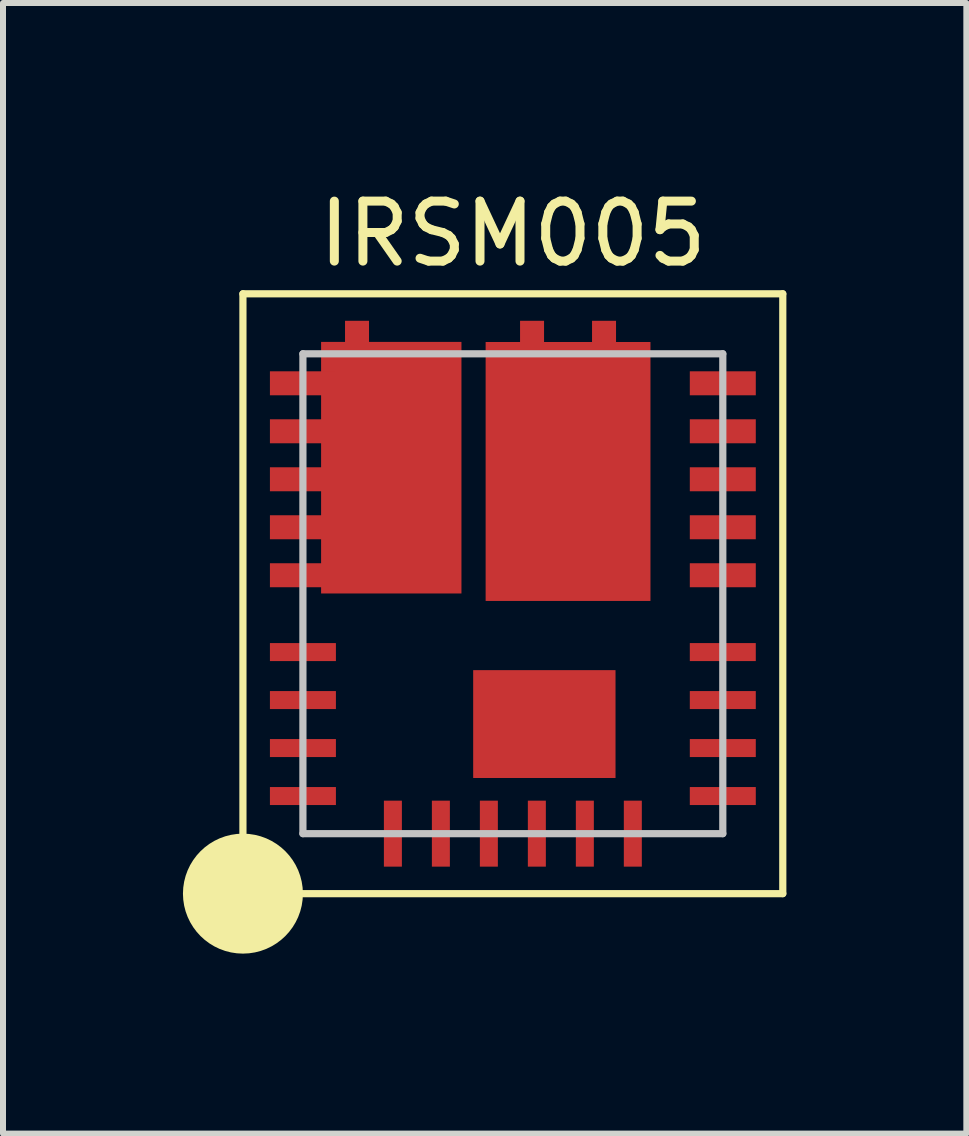
<source format=kicad_pcb>
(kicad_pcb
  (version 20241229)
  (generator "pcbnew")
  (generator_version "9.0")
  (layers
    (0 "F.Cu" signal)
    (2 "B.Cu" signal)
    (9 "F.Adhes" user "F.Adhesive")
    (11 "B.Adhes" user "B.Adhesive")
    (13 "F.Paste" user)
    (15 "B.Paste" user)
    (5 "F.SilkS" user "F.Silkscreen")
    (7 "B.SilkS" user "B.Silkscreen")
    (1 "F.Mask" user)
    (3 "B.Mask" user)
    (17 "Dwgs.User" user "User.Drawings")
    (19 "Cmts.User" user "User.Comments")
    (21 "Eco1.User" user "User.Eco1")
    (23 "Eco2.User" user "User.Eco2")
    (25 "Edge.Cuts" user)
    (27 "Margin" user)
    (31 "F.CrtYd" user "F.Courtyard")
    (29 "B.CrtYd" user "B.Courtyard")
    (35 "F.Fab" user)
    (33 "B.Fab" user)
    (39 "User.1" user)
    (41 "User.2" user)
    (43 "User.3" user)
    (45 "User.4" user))
  (footprint "IRSM005"
    (layer "F.Cu")
    (at 5.5 6.848)
    (property "Reference" "IRSM005" (at 0 -6 0) (layer "F.SilkS") (effects (font (size 1 1) (thickness 0.15))))
    (attr through_hole)
    (fp_line (start -4.5 -5) (end 4.5 -5) (stroke (width 0.12) (type solid)) (layer "F.SilkS"))
    (fp_line (start -4.5 5) (end -4.5 -5) (stroke (width 0.12) (type solid)) (layer "F.SilkS"))
    (fp_line (start 4.5 -5) (end 4.5 5) (stroke (width 0.12) (type solid)) (layer "F.SilkS"))
    (fp_line (start 4.5 5) (end -4.5 5) (stroke (width 0.12) (type solid)) (layer "F.SilkS"))
    (fp_circle (center -4.5 5) (end -4 5) (stroke (width 1) (type solid)) (fill no) (layer "F.SilkS"))
    (fp_line (start -3.5 -4) (end 3.5 -4) (stroke (width 0.12) (type solid)) (layer "Dwgs.User"))
    (fp_line (start -3.5 4) (end -3.5 -4) (stroke (width 0.12) (type solid)) (layer "Dwgs.User"))
    (fp_line (start 3.5 -4) (end 3.5 4) (stroke (width 0.12) (type solid)) (layer "Dwgs.User"))
    (fp_line (start 3.5 4) (end -3.5 4) (stroke (width 0.12) (type solid)) (layer "Dwgs.User"))
    (pad "1" smd rect (at -2 4 180) (size 0.3 1.1) (layers "F.Cu" "F.Mask" "F.Paste"))
    (pad "2" smd rect (at -1.2 4 180) (size 0.3 1.1) (layers "F.Cu" "F.Mask" "F.Paste"))
    (pad "3" smd rect (at -0.4 4 180) (size 0.3 1.1) (layers "F.Cu" "F.Mask" "F.Paste"))
    (pad "4" smd rect (at 0.4 4 180) (size 0.3 1.1) (layers "F.Cu" "F.Mask" "F.Paste"))
    (pad "5" smd rect (at 1.2 4 180) (size 0.3 1.1) (layers "F.Cu" "F.Mask" "F.Paste"))
    (pad "6" smd rect (at 2 4 180) (size 0.3 1.1) (layers "F.Cu" "F.Mask" "F.Paste"))
    (pad "7" smd rect (at 3.5 3.373 90) (size 0.3 1.1) (layers "F.Cu" "F.Mask" "F.Paste"))
    (pad "8" smd rect (at 3.5 2.573 90) (size 0.3 1.1) (layers "F.Cu" "F.Mask" "F.Paste"))
    (pad "9" smd rect (at 3.5 1.773 90) (size 0.3 1.1) (layers "F.Cu" "F.Mask" "F.Paste"))
    (pad "10" smd rect (at 3.5 0.973 90) (size 0.3 1.1) (layers "F.Cu" "F.Mask" "F.Paste"))
    (pad "11" smd rect (at 3.5 -0.308 90) (size 0.4 1.1) (layers "F.Cu" "F.Mask" "F.Paste"))
    (pad "12" smd rect (at 3.5 -1.108 90) (size 0.4 1.1) (layers "F.Cu" "F.Mask" "F.Paste"))
    (pad "13" smd rect (at 3.5 -1.908 90) (size 0.4 1.1) (layers "F.Cu" "F.Mask" "F.Paste"))
    (pad "14" smd rect (at 3.5 -2.708 90) (size 0.4 1.1) (layers "F.Cu" "F.Mask" "F.Paste"))
    (pad "15" smd rect (at 3.5 -3.508 90) (size 0.4 1.1) (layers "F.Cu" "F.Mask" "F.Paste"))
    (pad "16" smd rect (at 0.92 -2.038 180) (size 2.748 4.317) (layers "F.Cu" "F.Mask" "F.Paste"))
    (pad "16" smd rect (at 1.52 -4 180) (size 0.4 1.1) (layers "F.Cu" "F.Mask" "F.Paste"))
    (pad "17" smd rect (at 0.32 -4 180) (size 0.4 1.1) (layers "F.Cu" "F.Mask" "F.Paste"))
    (pad "18" smd rect (at -2.598 -4 180) (size 0.4 1.1) (layers "F.Cu" "F.Mask" "F.Paste"))
    (pad "18" smd rect (at -2.027 -2.101 180) (size 2.34 4.194) (layers "F.Cu" "F.Mask" "F.Paste"))
    (pad "19" smd rect (at -3.5 -3.508 90) (size 0.4 1.1) (layers "F.Cu" "F.Mask" "F.Paste"))
    (pad "20" smd rect (at -3.5 -2.708 90) (size 0.4 1.1) (layers "F.Cu" "F.Mask" "F.Paste"))
    (pad "21" smd rect (at -3.5 -1.908 90) (size 0.4 1.1) (layers "F.Cu" "F.Mask" "F.Paste"))
    (pad "22" smd rect (at -3.5 -1.108 90) (size 0.4 1.1) (layers "F.Cu" "F.Mask" "F.Paste"))
    (pad "23" smd rect (at -3.5 -0.308 90) (size 0.4 1.1) (layers "F.Cu" "F.Mask" "F.Paste"))
    (pad "24" smd rect (at -3.5 0.973 90) (size 0.3 1.1) (layers "F.Cu" "F.Mask" "F.Paste"))
    (pad "25" smd rect (at -3.5 1.773 90) (size 0.3 1.1) (layers "F.Cu" "F.Mask" "F.Paste"))
    (pad "26" smd rect (at -3.5 2.573 90) (size 0.3 1.1) (layers "F.Cu" "F.Mask" "F.Paste"))
    (pad "27" smd rect (at -3.5 3.373 90) (size 0.3 1.1) (layers "F.Cu" "F.Mask" "F.Paste"))
    (pad "28" smd rect (at 0.525 2.173 180) (size 2.373 1.798) (layers "F.Cu" "F.Mask" "F.Paste")))
  (gr_rect
    (start -3 -3)
    (end 13.06 15.848)
    (stroke (width 0.1) (type default))
    (fill no)
    (layer "Edge.Cuts")))
</source>
